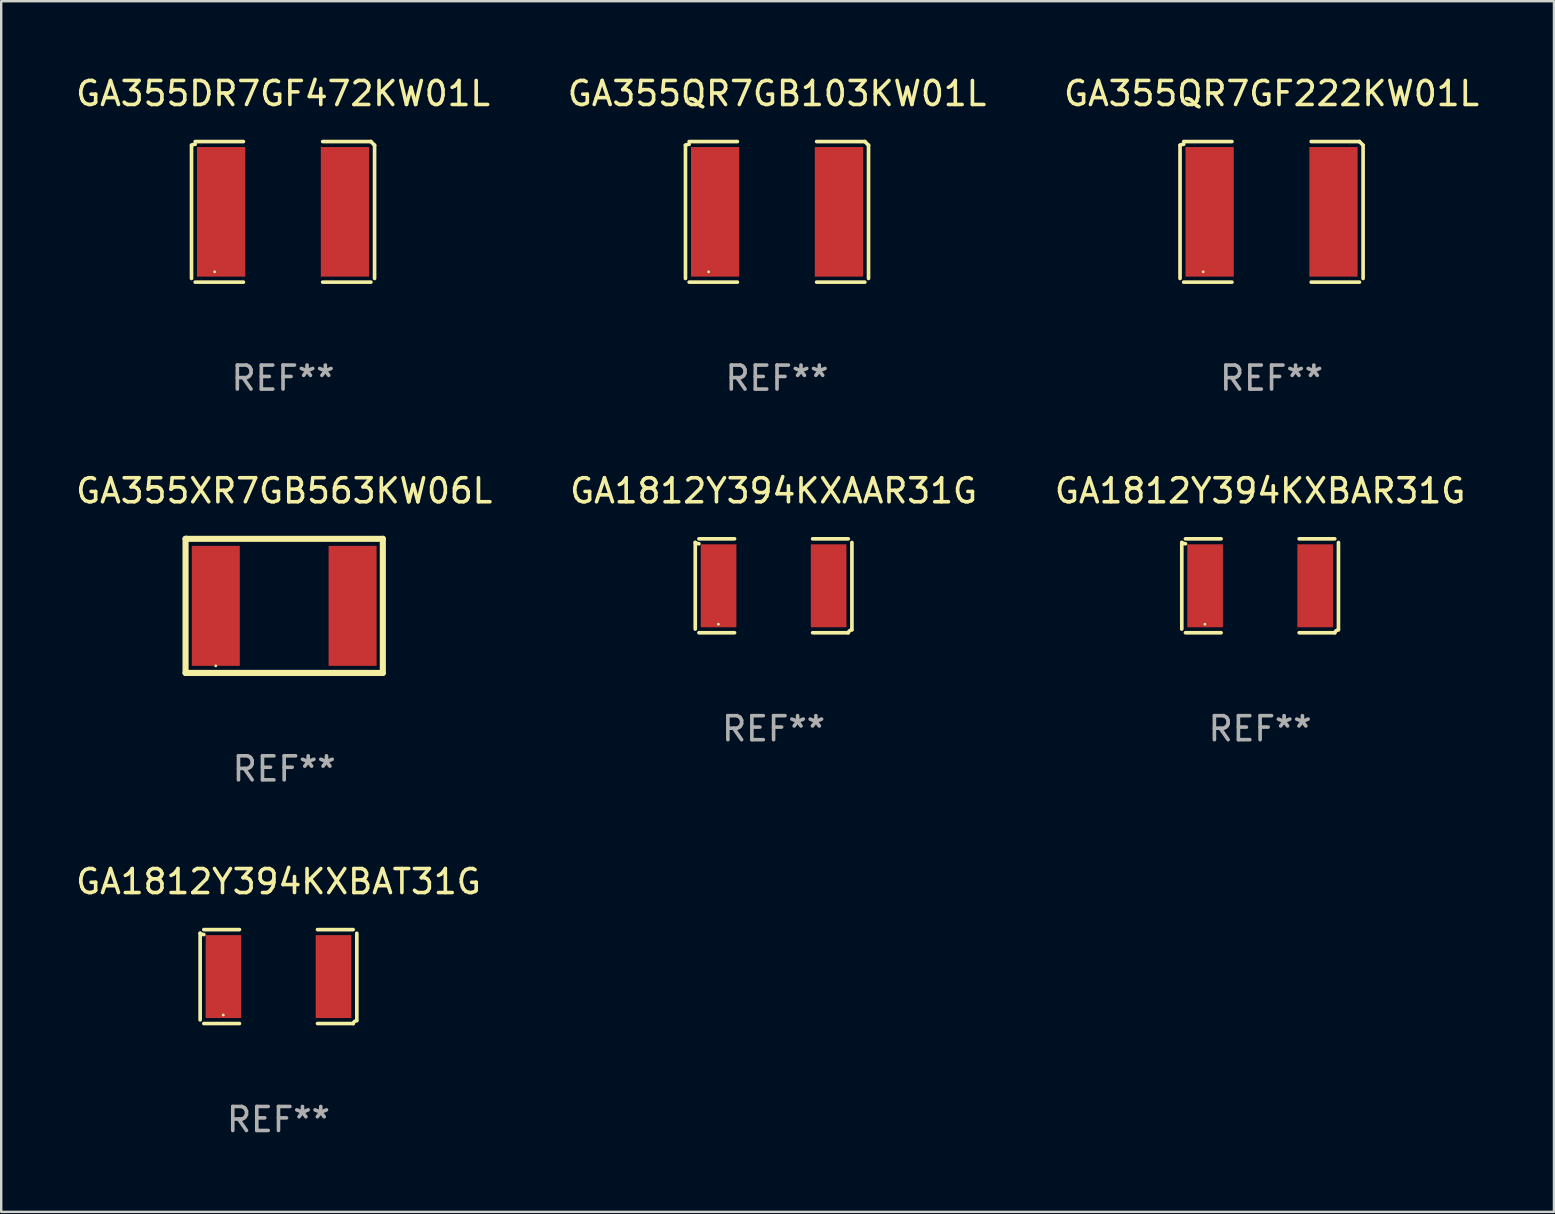
<source format=kicad_pcb>
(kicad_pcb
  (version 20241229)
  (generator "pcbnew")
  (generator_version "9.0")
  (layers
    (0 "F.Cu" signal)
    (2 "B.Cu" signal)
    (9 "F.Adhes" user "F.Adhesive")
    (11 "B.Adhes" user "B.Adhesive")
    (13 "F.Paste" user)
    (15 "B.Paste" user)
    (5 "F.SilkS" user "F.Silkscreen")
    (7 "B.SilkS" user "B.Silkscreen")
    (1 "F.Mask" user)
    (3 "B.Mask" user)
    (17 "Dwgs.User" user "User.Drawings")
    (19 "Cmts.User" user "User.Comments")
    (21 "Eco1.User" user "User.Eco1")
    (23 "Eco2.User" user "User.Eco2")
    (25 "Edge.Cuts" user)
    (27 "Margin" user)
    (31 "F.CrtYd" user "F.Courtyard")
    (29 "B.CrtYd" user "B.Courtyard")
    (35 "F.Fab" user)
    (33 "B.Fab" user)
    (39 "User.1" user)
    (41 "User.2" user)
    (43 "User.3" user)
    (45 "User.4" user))
  (footprint "GA1812Y394KXBAT31G"
    (layer "F.Cu")
    (at 8.554 37.643)
    (property "Reference" "GA1812Y394KXBAT31G" (at 0 -3.957 0) (layer "F.SilkS") (effects (font (size 1 1) (thickness 0.15))))
    (attr through_hole)
    (fp_line (start -3.264 1.804) (end -3.264 -1.804) (stroke (width 0.152) (type solid)) (layer "F.SilkS"))
    (fp_line (start -3.111 -1.957) (end -1.626 -1.957) (stroke (width 0.152) (type solid)) (layer "F.SilkS"))
    (fp_line (start -1.626 1.957) (end -3.111 1.957) (stroke (width 0.152) (type solid)) (layer "F.SilkS"))
    (fp_line (start 1.626 1.957) (end 3.111 1.957) (stroke (width 0.152) (type solid)) (layer "F.SilkS"))
    (fp_line (start 3.111 -1.957) (end 1.626 -1.957) (stroke (width 0.152) (type solid)) (layer "F.SilkS"))
    (fp_line (start 3.264 1.804) (end 3.264 -1.804) (stroke (width 0.152) (type solid)) (layer "F.SilkS"))
    (fp_arc (start -3.111202 -1.752192) (mid -3.191715 -1.76555) (end -3.263602 -1.804191) (stroke (width 0.1524) (type solid)) (layer "F.SilkS"))
    (fp_arc (start 3.111201 1.956591) (mid 3.167789 1.872777) (end 3.263602 1.840424) (stroke (width 0.1524) (type solid)) (layer "F.SilkS"))
    (fp_circle (center -2.3 1.6) (end -2.27 1.6) (stroke (width 0.06) (type solid)) (fill no) (layer "F.SilkS"))
    (fp_text user "REF**" (at 0 5.957 0) (layer "F.Fab") (effects (font (size 1 1) (thickness 0.15))))
    (pad "1" smd rect (at -2.293 0) (size 1.485 3.456) (layers "F.Cu" "F.Mask" "F.Paste"))
    (pad "2" smd rect (at 2.293 0) (size 1.485 3.456) (layers "F.Cu" "F.Mask" "F.Paste")))
  (footprint "GA1812Y394KXAAR31G"
    (layer "F.Cu")
    (at 29.185 21.359)
    (property "Reference" "GA1812Y394KXAAR31G" (at 0 -3.957 0) (layer "F.SilkS") (effects (font (size 1 1) (thickness 0.15))))
    (attr through_hole)
    (fp_line (start -3.264 1.804) (end -3.264 -1.804) (stroke (width 0.152) (type solid)) (layer "F.SilkS"))
    (fp_line (start -3.111 -1.957) (end -1.626 -1.957) (stroke (width 0.152) (type solid)) (layer "F.SilkS"))
    (fp_line (start -1.626 1.957) (end -3.111 1.957) (stroke (width 0.152) (type solid)) (layer "F.SilkS"))
    (fp_line (start 1.626 1.957) (end 3.111 1.957) (stroke (width 0.152) (type solid)) (layer "F.SilkS"))
    (fp_line (start 3.111 -1.957) (end 1.626 -1.957) (stroke (width 0.152) (type solid)) (layer "F.SilkS"))
    (fp_line (start 3.264 1.804) (end 3.264 -1.804) (stroke (width 0.152) (type solid)) (layer "F.SilkS"))
    (fp_arc (start -3.111202 -1.752192) (mid -3.191715 -1.76555) (end -3.263602 -1.804191) (stroke (width 0.1524) (type solid)) (layer "F.SilkS"))
    (fp_arc (start 3.111201 1.956591) (mid 3.167789 1.872777) (end 3.263602 1.840424) (stroke (width 0.1524) (type solid)) (layer "F.SilkS"))
    (fp_circle (center -2.3 1.6) (end -2.27 1.6) (stroke (width 0.06) (type solid)) (fill no) (layer "F.SilkS"))
    (fp_text user "REF**" (at 0 5.957 0) (layer "F.Fab") (effects (font (size 1 1) (thickness 0.15))))
    (pad "1" smd rect (at -2.293 0) (size 1.485 3.456) (layers "F.Cu" "F.Mask" "F.Paste"))
    (pad "2" smd rect (at 2.293 0) (size 1.485 3.456) (layers "F.Cu" "F.Mask" "F.Paste")))
  (footprint "GA355QR7GB103KW01L"
    (layer "F.Cu")
    (at 29.327 5.777)
    (property "Reference" "GA355QR7GB103KW01L" (at 0 -4.929 0) (layer "F.SilkS") (effects (font (size 1 1) (thickness 0.15))))
    (attr through_hole)
    (fp_line (start -3.814 2.776) (end -3.814 -2.776) (stroke (width 0.152) (type solid)) (layer "F.SilkS"))
    (fp_line (start -3.661 -2.929) (end -1.651 -2.929) (stroke (width 0.152) (type solid)) (layer "F.SilkS"))
    (fp_line (start -1.651 2.929) (end -3.661 2.929) (stroke (width 0.152) (type solid)) (layer "F.SilkS"))
    (fp_line (start 1.651 2.929) (end 3.661 2.929) (stroke (width 0.152) (type solid)) (layer "F.SilkS"))
    (fp_line (start 3.661 -2.929) (end 1.651 -2.929) (stroke (width 0.152) (type solid)) (layer "F.SilkS"))
    (fp_line (start 3.814 2.776) (end 3.814 -2.776) (stroke (width 0.152) (type solid)) (layer "F.SilkS"))
    (fp_arc (start -3.813614 -2.7762) (mid -3.739925 -2.805625) (end -3.661214 -2.815646) (stroke (width 0.1524) (type solid)) (layer "F.SilkS"))
    (fp_arc (start 3.661214 -2.9286) (mid 3.737425 -2.852411) (end 3.813614 -2.7762) (stroke (width 0.1524) (type solid)) (layer "F.SilkS"))
    (fp_circle (center -2.85 2.5) (end -2.82 2.5) (stroke (width 0.06) (type solid)) (fill no) (layer "F.SilkS"))
    (fp_text user "REF**" (at 0 6.929 0) (layer "F.Fab") (effects (font (size 1 1) (thickness 0.15))))
    (pad "1" smd rect (at -2.58 0) (size 2.01 5.4) (layers "F.Cu" "F.Mask" "F.Paste"))
    (pad "2" smd rect (at 2.58 0) (size 2.01 5.4) (layers "F.Cu" "F.Mask" "F.Paste")))
  (footprint "GA1812Y394KXBAR31G"
    (layer "F.Cu")
    (at 49.458 21.359)
    (property "Reference" "GA1812Y394KXBAR31G" (at 0 -3.957 0) (layer "F.SilkS") (effects (font (size 1 1) (thickness 0.15))))
    (attr through_hole)
    (fp_line (start -3.264 1.804) (end -3.264 -1.804) (stroke (width 0.152) (type solid)) (layer "F.SilkS"))
    (fp_line (start -3.111 -1.957) (end -1.626 -1.957) (stroke (width 0.152) (type solid)) (layer "F.SilkS"))
    (fp_line (start -1.626 1.957) (end -3.111 1.957) (stroke (width 0.152) (type solid)) (layer "F.SilkS"))
    (fp_line (start 1.626 1.957) (end 3.111 1.957) (stroke (width 0.152) (type solid)) (layer "F.SilkS"))
    (fp_line (start 3.111 -1.957) (end 1.626 -1.957) (stroke (width 0.152) (type solid)) (layer "F.SilkS"))
    (fp_line (start 3.264 1.804) (end 3.264 -1.804) (stroke (width 0.152) (type solid)) (layer "F.SilkS"))
    (fp_arc (start -3.111202 -1.752192) (mid -3.191715 -1.76555) (end -3.263602 -1.804191) (stroke (width 0.1524) (type solid)) (layer "F.SilkS"))
    (fp_arc (start 3.111201 1.956591) (mid 3.167789 1.872777) (end 3.263602 1.840424) (stroke (width 0.1524) (type solid)) (layer "F.SilkS"))
    (fp_circle (center -2.3 1.6) (end -2.27 1.6) (stroke (width 0.06) (type solid)) (fill no) (layer "F.SilkS"))
    (fp_text user "REF**" (at 0 5.957 0) (layer "F.Fab") (effects (font (size 1 1) (thickness 0.15))))
    (pad "1" smd rect (at -2.293 0) (size 1.485 3.456) (layers "F.Cu" "F.Mask" "F.Paste"))
    (pad "2" smd rect (at 2.293 0) (size 1.485 3.456) (layers "F.Cu" "F.Mask" "F.Paste")))
  (footprint "GA355DR7GF472KW01L"
    (layer "F.Cu")
    (at 8.744 5.777)
    (property "Reference" "GA355DR7GF472KW01L" (at 0 -4.929 0) (layer "F.SilkS") (effects (font (size 1 1) (thickness 0.15))))
    (attr through_hole)
    (fp_line (start -3.814 2.776) (end -3.814 -2.776) (stroke (width 0.152) (type solid)) (layer "F.SilkS"))
    (fp_line (start -3.661 -2.929) (end -1.651 -2.929) (stroke (width 0.152) (type solid)) (layer "F.SilkS"))
    (fp_line (start -1.651 2.929) (end -3.661 2.929) (stroke (width 0.152) (type solid)) (layer "F.SilkS"))
    (fp_line (start 1.651 2.929) (end 3.661 2.929) (stroke (width 0.152) (type solid)) (layer "F.SilkS"))
    (fp_line (start 3.661 -2.929) (end 1.651 -2.929) (stroke (width 0.152) (type solid)) (layer "F.SilkS"))
    (fp_line (start 3.814 2.776) (end 3.814 -2.776) (stroke (width 0.152) (type solid)) (layer "F.SilkS"))
    (fp_arc (start -3.813614 -2.7762) (mid -3.739925 -2.805625) (end -3.661214 -2.815646) (stroke (width 0.1524) (type solid)) (layer "F.SilkS"))
    (fp_arc (start 3.661214 -2.9286) (mid 3.737425 -2.852411) (end 3.813614 -2.7762) (stroke (width 0.1524) (type solid)) (layer "F.SilkS"))
    (fp_circle (center -2.85 2.5) (end -2.82 2.5) (stroke (width 0.06) (type solid)) (fill no) (layer "F.SilkS"))
    (fp_text user "REF**" (at 0 6.929 0) (layer "F.Fab") (effects (font (size 1 1) (thickness 0.15))))
    (pad "1" smd rect (at -2.58 0) (size 2.01 5.4) (layers "F.Cu" "F.Mask" "F.Paste"))
    (pad "2" smd rect (at 2.58 0) (size 2.01 5.4) (layers "F.Cu" "F.Mask" "F.Paste")))
  (footprint "GA355QR7GF222KW01L"
    (layer "F.Cu")
    (at 49.935 5.777)
    (property "Reference" "GA355QR7GF222KW01L" (at 0 -4.929 0) (layer "F.SilkS") (effects (font (size 1 1) (thickness 0.15))))
    (attr through_hole)
    (fp_line (start -3.814 2.776) (end -3.814 -2.776) (stroke (width 0.152) (type solid)) (layer "F.SilkS"))
    (fp_line (start -3.661 -2.929) (end -1.651 -2.929) (stroke (width 0.152) (type solid)) (layer "F.SilkS"))
    (fp_line (start -1.651 2.929) (end -3.661 2.929) (stroke (width 0.152) (type solid)) (layer "F.SilkS"))
    (fp_line (start 1.651 2.929) (end 3.661 2.929) (stroke (width 0.152) (type solid)) (layer "F.SilkS"))
    (fp_line (start 3.661 -2.929) (end 1.651 -2.929) (stroke (width 0.152) (type solid)) (layer "F.SilkS"))
    (fp_line (start 3.814 2.776) (end 3.814 -2.776) (stroke (width 0.152) (type solid)) (layer "F.SilkS"))
    (fp_arc (start -3.813614 -2.7762) (mid -3.739925 -2.805625) (end -3.661214 -2.815646) (stroke (width 0.1524) (type solid)) (layer "F.SilkS"))
    (fp_arc (start 3.661214 -2.9286) (mid 3.737425 -2.852411) (end 3.813614 -2.7762) (stroke (width 0.1524) (type solid)) (layer "F.SilkS"))
    (fp_circle (center -2.85 2.5) (end -2.82 2.5) (stroke (width 0.06) (type solid)) (fill no) (layer "F.SilkS"))
    (fp_text user "REF**" (at 0 6.929 0) (layer "F.Fab") (effects (font (size 1 1) (thickness 0.15))))
    (pad "1" smd rect (at -2.58 0) (size 2.01 5.4) (layers "F.Cu" "F.Mask" "F.Paste"))
    (pad "2" smd rect (at 2.58 0) (size 2.01 5.4) (layers "F.Cu" "F.Mask" "F.Paste")))
  (footprint "GA355XR7GB563KW06L"
    (layer "F.Cu")
    (at 8.792 22.196)
    (property "Reference" "GA355XR7GB563KW06L" (at 0 -4.794 0) (layer "F.SilkS") (effects (font (size 1 1) (thickness 0.15))))
    (attr through_hole)
    (fp_line (start -4.11 2.794) (end -4.11 -2.794) (stroke (width 0.254) (type solid)) (layer "F.SilkS"))
    (fp_line (start -4.11 -2.794) (end -4.064 -2.794) (stroke (width 0.254) (type solid)) (layer "F.SilkS"))
    (fp_line (start -4.08 -2.794) (end 4.11 -2.794) (stroke (width 0.254) (type solid)) (layer "F.SilkS"))
    (fp_line (start 4.11 -2.794) (end 4.11 2.794) (stroke (width 0.254) (type solid)) (layer "F.SilkS"))
    (fp_line (start 4.11 2.794) (end -4.11 2.794) (stroke (width 0.254) (type solid)) (layer "F.SilkS"))
    (fp_circle (center -2.85 2.5) (end -2.82 2.5) (stroke (width 0.06) (type solid)) (fill no) (layer "F.SilkS"))
    (fp_text user "REF**" (at 0 6.794 0) (layer "F.Fab") (effects (font (size 1 1) (thickness 0.15))))
    (pad "1" smd rect (at -2.85 0 90) (size 5 2) (layers "F.Cu" "F.Mask" "F.Paste"))
    (pad "2" smd rect (at 2.85 0 90) (size 5 2) (layers "F.Cu" "F.Mask" "F.Paste")))
  (gr_rect
    (start -3 -3)
    (end 61.702 47.448)
    (stroke (width 0.1) (type default))
    (fill no)
    (layer "Edge.Cuts")))
</source>
